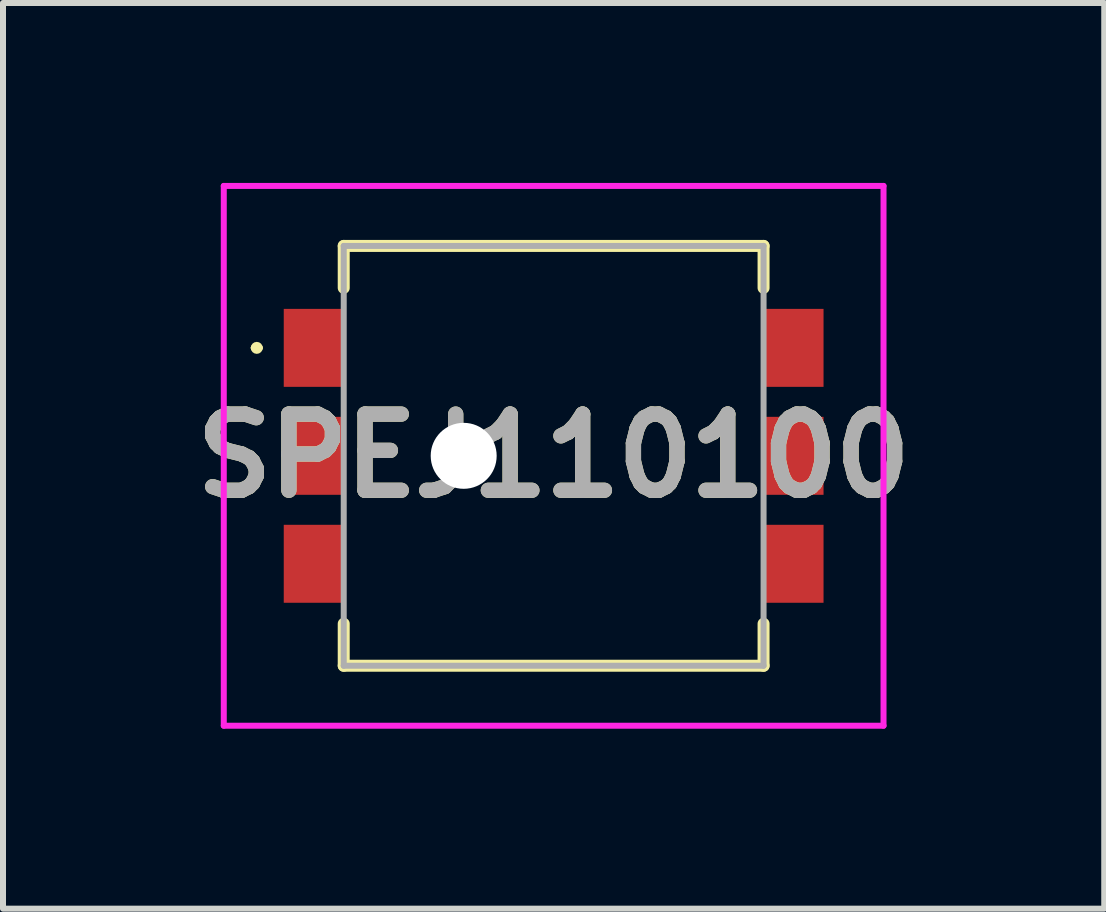
<source format=kicad_pcb>
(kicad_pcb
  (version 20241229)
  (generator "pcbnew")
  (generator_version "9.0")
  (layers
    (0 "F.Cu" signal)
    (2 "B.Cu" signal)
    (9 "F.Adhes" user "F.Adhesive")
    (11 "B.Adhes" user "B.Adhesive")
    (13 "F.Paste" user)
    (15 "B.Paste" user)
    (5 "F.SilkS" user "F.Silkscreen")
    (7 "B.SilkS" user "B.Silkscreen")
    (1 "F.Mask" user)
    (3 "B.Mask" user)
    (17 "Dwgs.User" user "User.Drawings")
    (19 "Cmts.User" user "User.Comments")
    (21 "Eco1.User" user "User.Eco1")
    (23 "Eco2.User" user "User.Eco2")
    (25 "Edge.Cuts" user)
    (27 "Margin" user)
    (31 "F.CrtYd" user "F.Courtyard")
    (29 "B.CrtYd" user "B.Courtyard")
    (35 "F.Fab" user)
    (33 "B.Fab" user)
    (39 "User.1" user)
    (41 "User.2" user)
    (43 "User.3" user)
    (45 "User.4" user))
  (footprint "SPEJ110100"
    (layer "F.Cu")
    (at 6.181 4.55)
    (property "Reference" "SPEJ110100" (at 0 0 0) (layer "F.SilkS") (effects (font (size 1.27 1.27) (thickness 0.254))))
    (attr through_hole)
    (fp_line (start -5 -1.8) (end -5 -1.8) (stroke (width 0.1) (type solid)) (layer "F.SilkS"))
    (fp_line (start -4.9 -1.8) (end -4.9 -1.8) (stroke (width 0.1) (type solid)) (layer "F.SilkS"))
    (fp_line (start -3.5 -3.5) (end 3.5 -3.5) (stroke (width 0.2) (type solid)) (layer "F.SilkS"))
    (fp_line (start -3.5 -2.8) (end -3.5 -3.5) (stroke (width 0.2) (type solid)) (layer "F.SilkS"))
    (fp_line (start -3.5 2.8) (end -3.5 3.5) (stroke (width 0.2) (type solid)) (layer "F.SilkS"))
    (fp_line (start -3.5 3.5) (end 3.5 3.5) (stroke (width 0.2) (type solid)) (layer "F.SilkS"))
    (fp_line (start 3.5 -3.5) (end 3.5 -2.8) (stroke (width 0.2) (type solid)) (layer "F.SilkS"))
    (fp_line (start 3.5 3.5) (end 3.5 2.8) (stroke (width 0.2) (type solid)) (layer "F.SilkS"))
    (fp_arc (start -5 -1.8) (mid -4.95 -1.85) (end -4.9 -1.8) (stroke (width 0.1) (type solid)) (layer "F.SilkS"))
    (fp_arc (start -4.9 -1.8) (mid -4.95 -1.75) (end -5 -1.8) (stroke (width 0.1) (type solid)) (layer "F.SilkS"))
    (fp_line (start -5.5 -4.5) (end 5.5 -4.5) (stroke (width 0.1) (type solid)) (layer "F.CrtYd"))
    (fp_line (start -5.5 4.5) (end -5.5 -4.5) (stroke (width 0.1) (type solid)) (layer "F.CrtYd"))
    (fp_line (start 5.5 -4.5) (end 5.5 4.5) (stroke (width 0.1) (type solid)) (layer "F.CrtYd"))
    (fp_line (start 5.5 4.5) (end -5.5 4.5) (stroke (width 0.1) (type solid)) (layer "F.CrtYd"))
    (fp_line (start -3.5 -3.5) (end 3.5 -3.5) (stroke (width 0.1) (type solid)) (layer "F.Fab"))
    (fp_line (start -3.5 3.5) (end -3.5 -3.5) (stroke (width 0.1) (type solid)) (layer "F.Fab"))
    (fp_line (start 3.5 -3.5) (end 3.5 3.5) (stroke (width 0.1) (type solid)) (layer "F.Fab"))
    (fp_line (start 3.5 3.5) (end -3.5 3.5) (stroke (width 0.1) (type solid)) (layer "F.Fab"))
    (fp_text user "${REFERENCE}" (at 0 0 0) (layer "F.Fab") (effects (font (size 1.27 1.27) (thickness 0.254))))
    (pad "" np_thru_hole circle (at -1.5 0) (size 1.1 1.1) (drill 1.1) (layers "*.Cu" "*.Mask"))
    (pad "1" smd rect (at -4 -1.8) (size 1 1.3) (layers "F.Cu" "F.Mask" "F.Paste"))
    (pad "2" smd rect (at -4 0) (size 1 1.3) (layers "F.Cu" "F.Mask" "F.Paste"))
    (pad "3" smd rect (at -4 1.8) (size 1 1.3) (layers "F.Cu" "F.Mask" "F.Paste"))
    (pad "4" smd rect (at 4 -1.8) (size 1 1.3) (layers "F.Cu" "F.Mask" "F.Paste"))
    (pad "5" smd rect (at 4 0) (size 1 1.3) (layers "F.Cu" "F.Mask" "F.Paste"))
    (pad "6" smd rect (at 4 1.8) (size 1 1.3) (layers "F.Cu" "F.Mask" "F.Paste")))
  (gr_rect
    (start -3 -3)
    (end 15.361 12.1)
    (stroke (width 0.1) (type default))
    (fill no)
    (layer "Edge.Cuts")))
</source>
